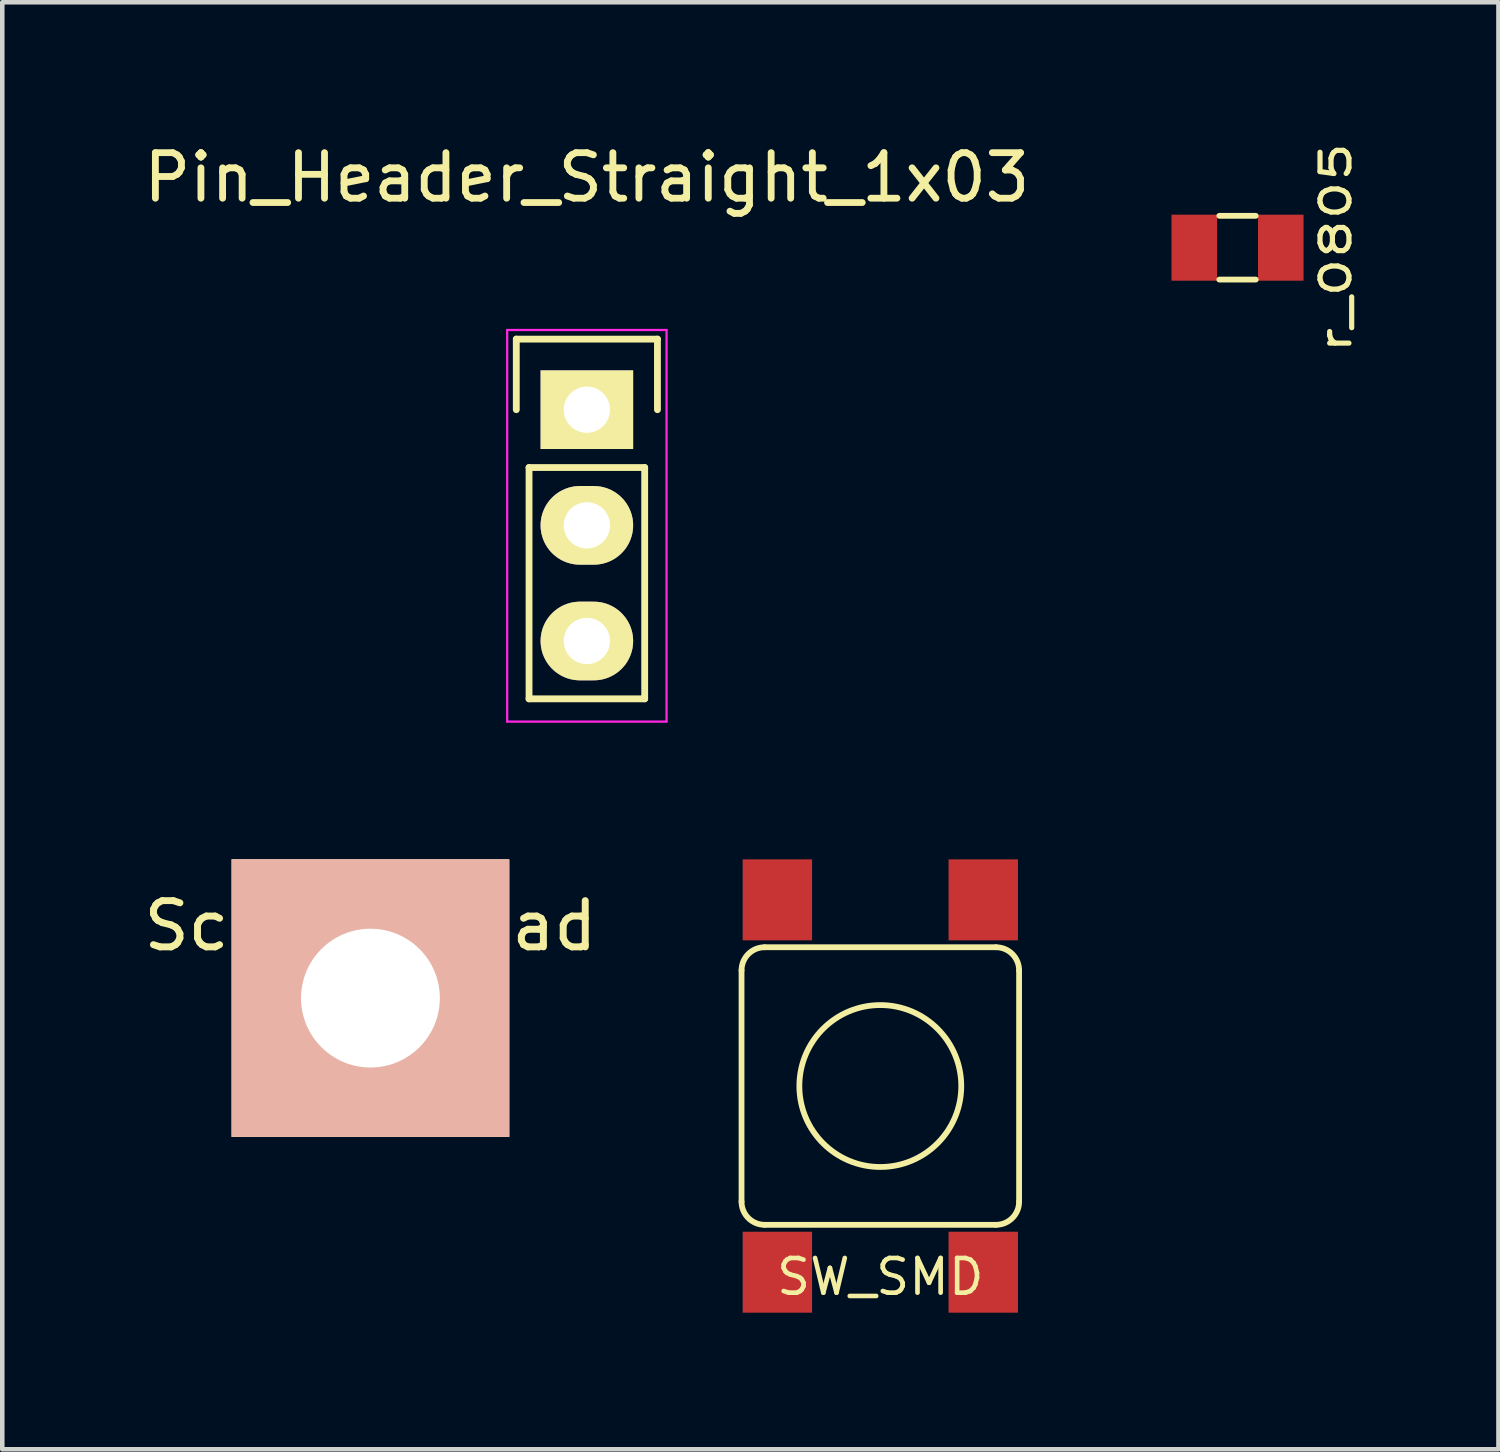
<source format=kicad_pcb>
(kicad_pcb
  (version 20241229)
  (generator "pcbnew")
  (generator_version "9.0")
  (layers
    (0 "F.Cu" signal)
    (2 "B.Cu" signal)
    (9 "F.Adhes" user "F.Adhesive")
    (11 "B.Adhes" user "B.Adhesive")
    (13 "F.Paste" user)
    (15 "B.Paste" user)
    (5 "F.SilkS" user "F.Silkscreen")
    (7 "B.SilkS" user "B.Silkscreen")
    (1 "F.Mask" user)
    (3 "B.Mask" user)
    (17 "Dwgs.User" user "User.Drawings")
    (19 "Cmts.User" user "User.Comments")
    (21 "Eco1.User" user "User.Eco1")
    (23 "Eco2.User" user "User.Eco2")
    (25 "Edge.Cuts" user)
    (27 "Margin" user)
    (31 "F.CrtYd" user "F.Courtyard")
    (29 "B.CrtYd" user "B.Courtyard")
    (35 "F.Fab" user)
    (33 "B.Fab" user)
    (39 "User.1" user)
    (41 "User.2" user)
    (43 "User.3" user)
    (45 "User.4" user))
  (footprint "SW_SMD"
    (layer "F.Cu")
    (at 16.284 20.802)
    (property "Reference" "SW_SMD" (at 0 4.191 0) (layer "F.SilkS") (effects (font (size 0.762 0.762) (thickness 0.102))))
    (attr smd)
    (fp_line (start -3.048 -2.54) (end -3.048 2.54) (stroke (width 0.127) (type solid)) (layer "F.SilkS"))
    (fp_line (start -2.54 3.048) (end 2.54 3.048) (stroke (width 0.127) (type solid)) (layer "F.SilkS"))
    (fp_line (start 2.54 -3.048) (end -2.54 -3.048) (stroke (width 0.127) (type solid)) (layer "F.SilkS"))
    (fp_line (start 3.048 2.54) (end 3.048 -2.54) (stroke (width 0.127) (type solid)) (layer "F.SilkS"))
    (fp_arc (start -3.048 -2.54) (mid -2.89921 -2.89921) (end -2.54 -3.048) (stroke (width 0.127) (type solid)) (layer "F.SilkS"))
    (fp_arc (start -2.54 3.048) (mid -2.89921 2.89921) (end -3.048 2.54) (stroke (width 0.127) (type solid)) (layer "F.SilkS"))
    (fp_arc (start 2.54 -3.048) (mid 2.89921 -2.89921) (end 3.048 -2.54) (stroke (width 0.127) (type solid)) (layer "F.SilkS"))
    (fp_arc (start 3.048 2.54) (mid 2.89921 2.89921) (end 2.54 3.048) (stroke (width 0.127) (type solid)) (layer "F.SilkS"))
    (fp_circle (center 0 0) (end 1.778 0) (stroke (width 0.127) (type solid)) (fill no) (layer "F.SilkS"))
    (pad "1" smd rect (at -2.261 -4.089 270) (size 1.778 1.524) (layers "F.Cu" "F.Mask" "F.Paste"))
    (pad "1" smd rect (at -2.261 4.089 270) (size 1.778 1.524) (layers "F.Cu" "F.Mask" "F.Paste"))
    (pad "2" smd rect (at 2.261 -4.089 270) (size 1.778 1.524) (layers "F.Cu" "F.Mask" "F.Paste"))
    (pad "2" smd rect (at 2.261 4.089 270) (size 1.778 1.524) (layers "F.Cu" "F.Mask" "F.Paste")))
  (footprint "r_0805"
    (layer "F.Cu")
    (at 24.129 2.39)
    (property "Reference" "r_0805" (at 2.159 0 90) (layer "F.SilkS") (effects (font (size 0.635 0.889) (thickness 0.114))))
    (attr smd)
    (fp_line (start -0.4 -0.7) (end 0.4 -0.7) (stroke (width 0.127) (type solid)) (layer "F.SilkS"))
    (fp_line (start 0.4 0.7) (end -0.4 0.7) (stroke (width 0.127) (type solid)) (layer "F.SilkS"))
    (pad "1" smd rect (at -0.95 0) (size 1 1.45) (layers "F.Cu" "F.Mask" "F.Paste"))
    (pad "2" smd rect (at 0.95 0) (size 1 1.45) (layers "F.Cu" "F.Mask" "F.Paste")))
  (footprint "Pin_Header_Straight_1x03"
    (layer "F.Cu")
    (at 9.839 5.948)
    (property "Reference" "Pin_Header_Straight_1x03" (at 0 -5.1 0) (layer "F.SilkS") (effects (font (size 1 1) (thickness 0.15))))
    (attr through_hole)
    (fp_line (start -1.55 -1.55) (end 1.55 -1.55) (stroke (width 0.15) (type solid)) (layer "F.SilkS"))
    (fp_line (start -1.55 0) (end -1.55 -1.55) (stroke (width 0.15) (type solid)) (layer "F.SilkS"))
    (fp_line (start -1.27 1.27) (end -1.27 6.35) (stroke (width 0.15) (type solid)) (layer "F.SilkS"))
    (fp_line (start -1.27 6.35) (end 1.27 6.35) (stroke (width 0.15) (type solid)) (layer "F.SilkS"))
    (fp_line (start 1.27 1.27) (end -1.27 1.27) (stroke (width 0.15) (type solid)) (layer "F.SilkS"))
    (fp_line (start 1.27 6.35) (end 1.27 1.27) (stroke (width 0.15) (type solid)) (layer "F.SilkS"))
    (fp_line (start 1.55 -1.55) (end 1.55 0) (stroke (width 0.15) (type solid)) (layer "F.SilkS"))
    (fp_line (start -1.75 -1.75) (end -1.75 6.85) (stroke (width 0.05) (type solid)) (layer "F.CrtYd"))
    (fp_line (start -1.75 -1.75) (end 1.75 -1.75) (stroke (width 0.05) (type solid)) (layer "F.CrtYd"))
    (fp_line (start -1.75 6.85) (end 1.75 6.85) (stroke (width 0.05) (type solid)) (layer "F.CrtYd"))
    (fp_line (start 1.75 -1.75) (end 1.75 6.85) (stroke (width 0.05) (type solid)) (layer "F.CrtYd"))
    (pad "1" thru_hole rect (at 0 0) (size 2.032 1.727) (drill 1.016) (layers "*.Cu" "*.Mask" "F.SilkS"))
    (pad "2" thru_hole oval (at 0 2.54) (size 2.032 1.727) (drill 1.016) (layers "*.Cu" "*.Mask" "F.SilkS"))
    (pad "3" thru_hole oval (at 0 5.08) (size 2.032 1.727) (drill 1.016) (layers "*.Cu" "*.Mask" "F.SilkS")))
  (footprint "Screw_SqPad"
    (layer "F.Cu")
    (at 5.086 18.871)
    (property "Reference" "Screw_SqPad" (at 0 -1.587 0) (layer "F.SilkS") (effects (font (size 1.016 1.016) (thickness 0.152))))
    (attr through_hole)
    (pad "1" thru_hole rect (at 0 0) (size 6.096 6.096) (drill 3.048) (layers "*.Cu" "*.Paste" "*.SilkS" "*.Mask")))
  (gr_rect
    (start -3 -3)
    (end 29.86 28.78)
    (stroke (width 0.1) (type default))
    (fill no)
    (layer "Edge.Cuts")))
</source>
